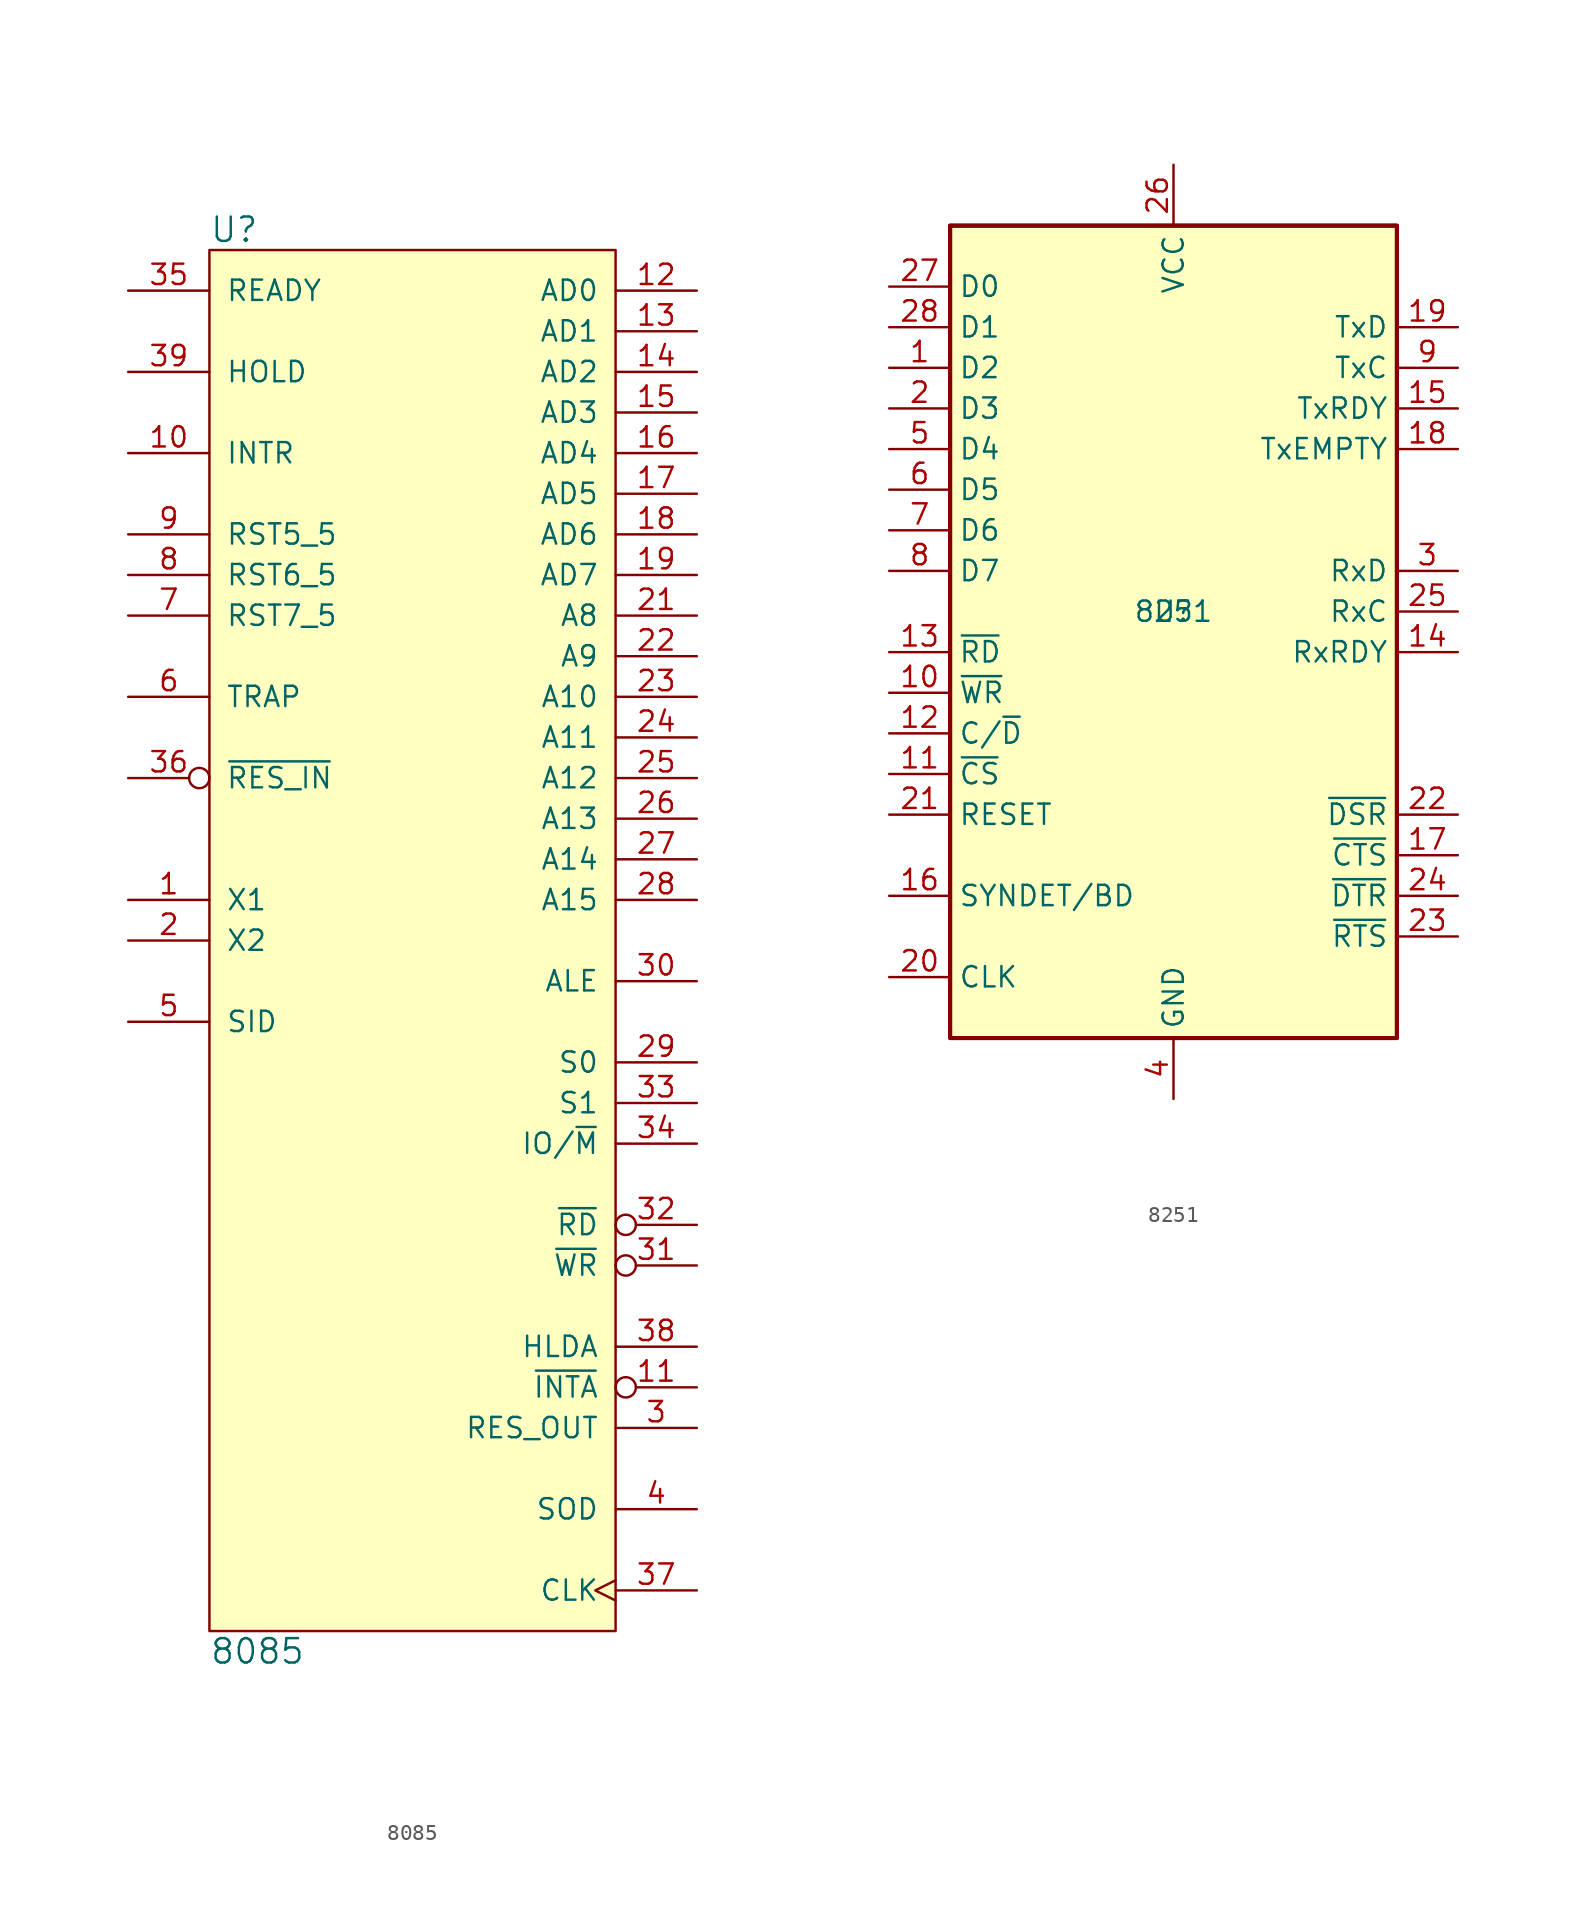
<source format=kicad_sym>
(kicad_symbol_lib
  (version 20220914)
  (generator kicad_symbol_editor)
  (symbol "8085"
    (pin_names
      (offset 1.016))
    (property "Reference" "U"
      (at -12.7 44.45 0)
      (effects (font (size 1.524 1.524)) (justify left)))
    (property "Value" "8085"
      (at -12.7 -44.45 0)
      (effects (font (size 1.524 1.524)) (justify left)))
    (property "Footprint" ""
      (at 0 1.27 0)
      (effects (font (size 1.524 1.524))))
    (property "Datasheet" ""
      (at 0 1.27 0)
      (effects (font (size 1.524 1.524))))
    (symbol "8085_1_1"
      (rectangle (start -12.7 43.18) (end 12.7 -43.18) (stroke (width 0) (type solid)) (fill (type background)))
      (pin input line (at -17.78 2.54 0) (length 5.08) (name "X1" (effects (font (size 1.27 1.27)))) (number "1" (effects (font (size 1.27 1.27)))))
      (pin input line (at -17.78 30.48 0) (length 5.08) (name "INTR" (effects (font (size 1.27 1.27)))) (number "10" (effects (font (size 1.27 1.27)))))
      (pin output inverted (at 17.78 -27.94 180) (length 5.08) (name "~{INTA}" (effects (font (size 1.27 1.27)))) (number "11" (effects (font (size 1.27 1.27)))))
      (pin tri_state line (at 17.78 40.64 180) (length 5.08) (name "AD0" (effects (font (size 1.27 1.27)))) (number "12" (effects (font (size 1.27 1.27)))))
      (pin tri_state line (at 17.78 38.1 180) (length 5.08) (name "AD1" (effects (font (size 1.27 1.27)))) (number "13" (effects (font (size 1.27 1.27)))))
      (pin tri_state line (at 17.78 35.56 180) (length 5.08) (name "AD2" (effects (font (size 1.27 1.27)))) (number "14" (effects (font (size 1.27 1.27)))))
      (pin tri_state line (at 17.78 33.02 180) (length 5.08) (name "AD3" (effects (font (size 1.27 1.27)))) (number "15" (effects (font (size 1.27 1.27)))))
      (pin tri_state line (at 17.78 30.48 180) (length 5.08) (name "AD4" (effects (font (size 1.27 1.27)))) (number "16" (effects (font (size 1.27 1.27)))))
      (pin tri_state line (at 17.78 27.94 180) (length 5.08) (name "AD5" (effects (font (size 1.27 1.27)))) (number "17" (effects (font (size 1.27 1.27)))))
      (pin tri_state line (at 17.78 25.4 180) (length 5.08) (name "AD6" (effects (font (size 1.27 1.27)))) (number "18" (effects (font (size 1.27 1.27)))))
      (pin tri_state line (at 17.78 22.86 180) (length 5.08) (name "AD7" (effects (font (size 1.27 1.27)))) (number "19" (effects (font (size 1.27 1.27)))))
      (pin input line (at -17.78 0 0) (length 5.08) (name "X2" (effects (font (size 1.27 1.27)))) (number "2" (effects (font (size 1.27 1.27)))))
      (pin power_in line (at 0 -43.18 90) (length 0) hide (name "GND" (effects (font (size 1.27 1.27)))) (number "20" (effects (font (size 1.27 1.27)))))
      (pin tri_state line (at 17.78 20.32 180) (length 5.08) (name "A8" (effects (font (size 1.27 1.27)))) (number "21" (effects (font (size 1.27 1.27)))))
      (pin tri_state line (at 17.78 17.78 180) (length 5.08) (name "A9" (effects (font (size 1.27 1.27)))) (number "22" (effects (font (size 1.27 1.27)))))
      (pin tri_state line (at 17.78 15.24 180) (length 5.08) (name "A10" (effects (font (size 1.27 1.27)))) (number "23" (effects (font (size 1.27 1.27)))))
      (pin tri_state line (at 17.78 12.7 180) (length 5.08) (name "A11" (effects (font (size 1.27 1.27)))) (number "24" (effects (font (size 1.27 1.27)))))
      (pin tri_state line (at 17.78 10.16 180) (length 5.08) (name "A12" (effects (font (size 1.27 1.27)))) (number "25" (effects (font (size 1.27 1.27)))))
      (pin tri_state line (at 17.78 7.62 180) (length 5.08) (name "A13" (effects (font (size 1.27 1.27)))) (number "26" (effects (font (size 1.27 1.27)))))
      (pin tri_state line (at 17.78 5.08 180) (length 5.08) (name "A14" (effects (font (size 1.27 1.27)))) (number "27" (effects (font (size 1.27 1.27)))))
      (pin tri_state line (at 17.78 2.54 180) (length 5.08) (name "A15" (effects (font (size 1.27 1.27)))) (number "28" (effects (font (size 1.27 1.27)))))
      (pin output line (at 17.78 -7.62 180) (length 5.08) (name "S0" (effects (font (size 1.27 1.27)))) (number "29" (effects (font (size 1.27 1.27)))))
      (pin output line (at 17.78 -30.48 180) (length 5.08) (name "RES_OUT" (effects (font (size 1.27 1.27)))) (number "3" (effects (font (size 1.27 1.27)))))
      (pin output line (at 17.78 -2.54 180) (length 5.08) (name "ALE" (effects (font (size 1.27 1.27)))) (number "30" (effects (font (size 1.27 1.27)))))
      (pin output inverted (at 17.78 -20.32 180) (length 5.08) (name "~{WR}" (effects (font (size 1.27 1.27)))) (number "31" (effects (font (size 1.27 1.27)))))
      (pin output inverted (at 17.78 -17.78 180) (length 5.08) (name "~{RD}" (effects (font (size 1.27 1.27)))) (number "32" (effects (font (size 1.27 1.27)))))
      (pin output line (at 17.78 -10.16 180) (length 5.08) (name "S1" (effects (font (size 1.27 1.27)))) (number "33" (effects (font (size 1.27 1.27)))))
      (pin output line (at 17.78 -12.7 180) (length 5.08) (name "IO/~{M}" (effects (font (size 1.27 1.27)))) (number "34" (effects (font (size 1.27 1.27)))))
      (pin input line (at -17.78 40.64 0) (length 5.08) (name "READY" (effects (font (size 1.27 1.27)))) (number "35" (effects (font (size 1.27 1.27)))))
      (pin input inverted (at -17.78 10.16 0) (length 5.08) (name "~{RES_IN}" (effects (font (size 1.27 1.27)))) (number "36" (effects (font (size 1.27 1.27)))))
      (pin output clock (at 17.78 -40.64 180) (length 5.08) (name "CLK" (effects (font (size 1.27 1.27)))) (number "37" (effects (font (size 1.27 1.27)))))
      (pin output line (at 17.78 -25.4 180) (length 5.08) (name "HLDA" (effects (font (size 1.27 1.27)))) (number "38" (effects (font (size 1.27 1.27)))))
      (pin input line (at -17.78 35.56 0) (length 5.08) (name "HOLD" (effects (font (size 1.27 1.27)))) (number "39" (effects (font (size 1.27 1.27)))))
      (pin output line (at 17.78 -35.56 180) (length 5.08) (name "SOD" (effects (font (size 1.27 1.27)))) (number "4" (effects (font (size 1.27 1.27)))))
      (pin power_in line (at 0 43.18 270) (length 0) hide (name "VCC" (effects (font (size 1.27 1.27)))) (number "40" (effects (font (size 1.27 1.27)))))
      (pin input line (at -17.78 -5.08 0) (length 5.08) (name "SID" (effects (font (size 1.27 1.27)))) (number "5" (effects (font (size 1.27 1.27)))))
      (pin input line (at -17.78 15.24 0) (length 5.08) (name "TRAP" (effects (font (size 1.27 1.27)))) (number "6" (effects (font (size 1.27 1.27)))))
      (pin input line (at -17.78 20.32 0) (length 5.08) (name "RST7_5" (effects (font (size 1.27 1.27)))) (number "7" (effects (font (size 1.27 1.27)))))
      (pin input line (at -17.78 22.86 0) (length 5.08) (name "RST6_5" (effects (font (size 1.27 1.27)))) (number "8" (effects (font (size 1.27 1.27)))))
      (pin input line (at -17.78 25.4 0) (length 5.08) (name "RST5_5" (effects (font (size 1.27 1.27)))) (number "9" (effects (font (size 1.27 1.27)))))))
  (symbol "8251"
    (property "Reference" "U"
      (at 0 0 0)
      (effects (font (size 1.27 1.27))))
    (property "Value" "8251"
      (at 0 0 0)
      (effects (font (size 1.27 1.27))))
    (symbol "8251_0_1"
      (rectangle (start -13.97 24.13) (end 13.97 -26.67) (stroke (width 0.254) (type default)) (fill (type background)))
      (rectangle (start -13.97 24.13) (end 13.97 -26.67) (stroke (width 0.254) (type default)) (fill (type background))))
    (symbol "8251_1_1"
      (pin bidirectional line (at -17.78 15.24 0) (length 3.81) (name "D2" (effects (font (size 1.27 1.27)))) (number "1" (effects (font (size 1.27 1.27)))))
      (pin input line (at -17.78 -5.08 0) (length 3.81) (name "~{WR}" (effects (font (size 1.27 1.27)))) (number "10" (effects (font (size 1.27 1.27)))))
      (pin input line (at -17.78 -10.16 0) (length 3.81) (name "~{CS}" (effects (font (size 1.27 1.27)))) (number "11" (effects (font (size 1.27 1.27)))))
      (pin input line (at -17.78 -7.62 0) (length 3.81) (name "C/~{D}" (effects (font (size 1.27 1.27)))) (number "12" (effects (font (size 1.27 1.27)))))
      (pin input line (at -17.78 -2.54 0) (length 3.81) (name "~{RD}" (effects (font (size 1.27 1.27)))) (number "13" (effects (font (size 1.27 1.27)))))
      (pin output line (at 17.78 -2.54 180) (length 3.81) (name "RxRDY" (effects (font (size 1.27 1.27)))) (number "14" (effects (font (size 1.27 1.27)))))
      (pin output line (at 17.78 12.7 180) (length 3.81) (name "TxRDY" (effects (font (size 1.27 1.27)))) (number "15" (effects (font (size 1.27 1.27)))))
      (pin input line (at -17.78 -17.78 0) (length 3.81) (name "SYNDET/BD" (effects (font (size 1.27 1.27)))) (number "16" (effects (font (size 1.27 1.27)))))
      (pin input line (at 17.78 -15.24 180) (length 3.81) (name "~{CTS}" (effects (font (size 1.27 1.27)))) (number "17" (effects (font (size 1.27 1.27)))))
      (pin output line (at 17.78 10.16 180) (length 3.81) (name "TxEMPTY" (effects (font (size 1.27 1.27)))) (number "18" (effects (font (size 1.27 1.27)))))
      (pin output line (at 17.78 17.78 180) (length 3.81) (name "TxD" (effects (font (size 1.27 1.27)))) (number "19" (effects (font (size 1.27 1.27)))))
      (pin bidirectional line (at -17.78 12.7 0) (length 3.81) (name "D3" (effects (font (size 1.27 1.27)))) (number "2" (effects (font (size 1.27 1.27)))))
      (pin input line (at -17.78 -22.86 0) (length 3.81) (name "CLK" (effects (font (size 1.27 1.27)))) (number "20" (effects (font (size 1.27 1.27)))))
      (pin input line (at -17.78 -12.7 0) (length 3.81) (name "RESET" (effects (font (size 1.27 1.27)))) (number "21" (effects (font (size 1.27 1.27)))))
      (pin input line (at 17.78 -12.7 180) (length 3.81) (name "~{DSR}" (effects (font (size 1.27 1.27)))) (number "22" (effects (font (size 1.27 1.27)))))
      (pin output line (at 17.78 -20.32 180) (length 3.81) (name "~{RTS}" (effects (font (size 1.27 1.27)))) (number "23" (effects (font (size 1.27 1.27)))))
      (pin output line (at 17.78 -17.78 180) (length 3.81) (name "~{DTR}" (effects (font (size 1.27 1.27)))) (number "24" (effects (font (size 1.27 1.27)))))
      (pin input line (at 17.78 0 180) (length 3.81) (name "RxC" (effects (font (size 1.27 1.27)))) (number "25" (effects (font (size 1.27 1.27)))))
      (pin power_in line (at 0 27.94 270) (length 3.81) (name "VCC" (effects (font (size 1.27 1.27)))) (number "26" (effects (font (size 1.27 1.27)))))
      (pin bidirectional line (at -17.78 20.32 0) (length 3.81) (name "D0" (effects (font (size 1.27 1.27)))) (number "27" (effects (font (size 1.27 1.27)))))
      (pin bidirectional line (at -17.78 17.78 0) (length 3.81) (name "D1" (effects (font (size 1.27 1.27)))) (number "28" (effects (font (size 1.27 1.27)))))
      (pin input line (at 17.78 2.54 180) (length 3.81) (name "RxD" (effects (font (size 1.27 1.27)))) (number "3" (effects (font (size 1.27 1.27)))))
      (pin power_in line (at 0 -30.48 90) (length 3.81) (name "GND" (effects (font (size 1.27 1.27)))) (number "4" (effects (font (size 1.27 1.27)))))
      (pin bidirectional line (at -17.78 10.16 0) (length 3.81) (name "D4" (effects (font (size 1.27 1.27)))) (number "5" (effects (font (size 1.27 1.27)))))
      (pin bidirectional line (at -17.78 7.62 0) (length 3.81) (name "D5" (effects (font (size 1.27 1.27)))) (number "6" (effects (font (size 1.27 1.27)))))
      (pin bidirectional line (at -17.78 5.08 0) (length 3.81) (name "D6" (effects (font (size 1.27 1.27)))) (number "7" (effects (font (size 1.27 1.27)))))
      (pin bidirectional line (at -17.78 2.54 0) (length 3.81) (name "D7" (effects (font (size 1.27 1.27)))) (number "8" (effects (font (size 1.27 1.27)))))
      (pin output line (at 17.78 15.24 180) (length 3.81) (name "TxC" (effects (font (size 1.27 1.27)))) (number "9" (effects (font (size 1.27 1.27))))))))
</source>
